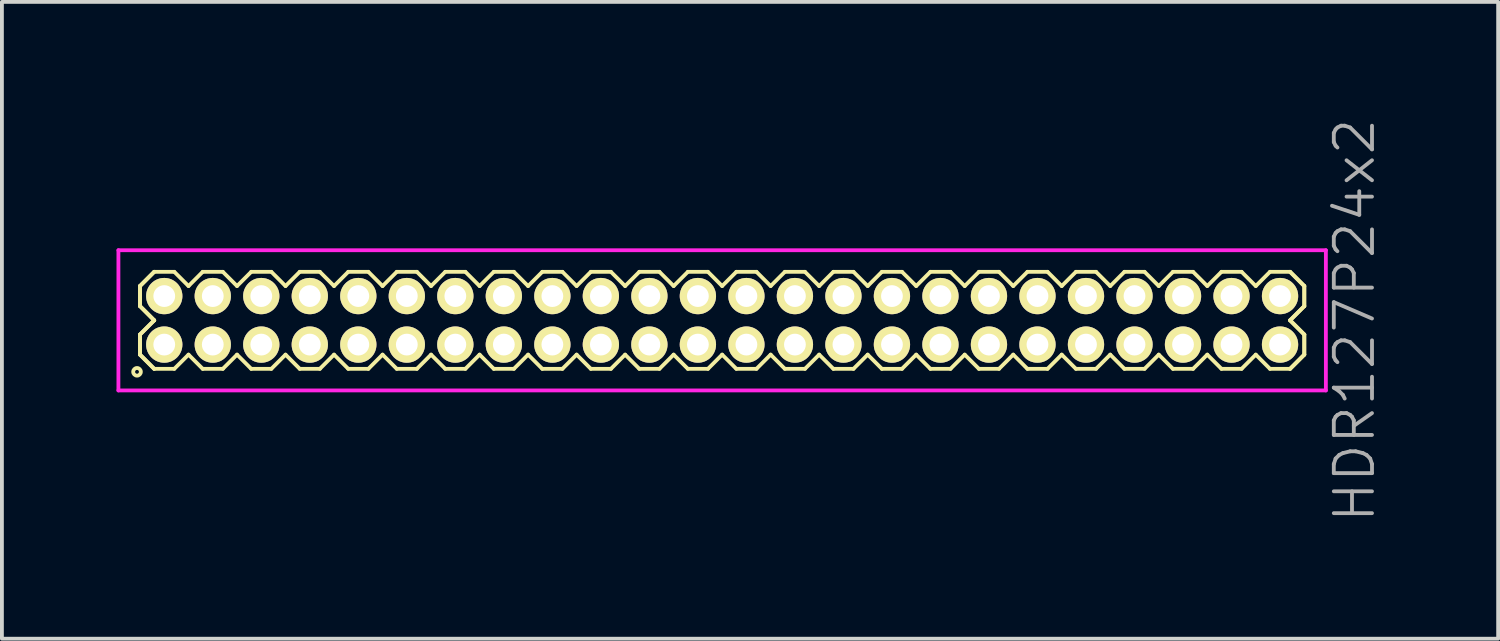
<source format=kicad_pcb>
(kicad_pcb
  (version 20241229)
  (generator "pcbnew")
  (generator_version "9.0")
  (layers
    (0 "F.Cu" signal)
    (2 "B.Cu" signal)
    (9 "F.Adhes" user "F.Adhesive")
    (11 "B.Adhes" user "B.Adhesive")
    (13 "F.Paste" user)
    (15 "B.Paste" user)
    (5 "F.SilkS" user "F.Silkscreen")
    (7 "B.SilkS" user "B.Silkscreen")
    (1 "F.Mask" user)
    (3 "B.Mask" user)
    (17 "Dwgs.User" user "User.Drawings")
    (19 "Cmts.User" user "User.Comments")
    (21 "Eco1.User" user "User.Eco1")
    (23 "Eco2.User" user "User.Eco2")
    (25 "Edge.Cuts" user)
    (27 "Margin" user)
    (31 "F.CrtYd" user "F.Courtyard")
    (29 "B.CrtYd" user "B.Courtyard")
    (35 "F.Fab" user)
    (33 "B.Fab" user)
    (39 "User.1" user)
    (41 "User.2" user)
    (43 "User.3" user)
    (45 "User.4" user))
  (footprint "HDR127P24x2"
    (layer "F.Cu")
    (at 15.855 5.336)
    (property "Reference" "HDR127P24x2" (at 16.555 0 90) (layer "F.Fab") (effects (font (size 1 1) (thickness 0.1))))
    (attr through_hole)
    (fp_line (start -15.24 -0.898) (end -14.868 -1.27) (stroke (width 0.1) (type solid)) (layer "F.SilkS"))
    (fp_line (start -15.24 -0.898) (end -14.868 -1.27) (stroke (width 0.1) (type solid)) (layer "F.SilkS"))
    (fp_line (start -15.24 -0.372) (end -15.24 -0.898) (stroke (width 0.1) (type solid)) (layer "F.SilkS"))
    (fp_line (start -15.24 -0.372) (end -15.24 -0.898) (stroke (width 0.1) (type solid)) (layer "F.SilkS"))
    (fp_line (start -15.24 0.372) (end -14.868 0) (stroke (width 0.1) (type solid)) (layer "F.SilkS"))
    (fp_line (start -15.24 0.372) (end -14.868 0) (stroke (width 0.1) (type solid)) (layer "F.SilkS"))
    (fp_line (start -15.24 0.898) (end -15.24 0.372) (stroke (width 0.1) (type solid)) (layer "F.SilkS"))
    (fp_line (start -15.24 0.898) (end -15.24 0.372) (stroke (width 0.1) (type solid)) (layer "F.SilkS"))
    (fp_line (start -14.868 -1.27) (end -14.342 -1.27) (stroke (width 0.1) (type solid)) (layer "F.SilkS"))
    (fp_line (start -14.868 0) (end -15.24 -0.372) (stroke (width 0.1) (type solid)) (layer "F.SilkS"))
    (fp_line (start -14.868 0) (end -15.24 -0.372) (stroke (width 0.1) (type solid)) (layer "F.SilkS"))
    (fp_line (start -14.868 1.27) (end -15.24 0.898) (stroke (width 0.1) (type solid)) (layer "F.SilkS"))
    (fp_line (start -14.868 1.27) (end -15.24 0.898) (stroke (width 0.1) (type solid)) (layer "F.SilkS"))
    (fp_line (start -14.342 -1.27) (end -13.97 -0.898) (stroke (width 0.1) (type solid)) (layer "F.SilkS"))
    (fp_line (start -14.342 1.27) (end -14.868 1.27) (stroke (width 0.1) (type solid)) (layer "F.SilkS"))
    (fp_line (start -13.97 -0.898) (end -13.598 -1.27) (stroke (width 0.1) (type solid)) (layer "F.SilkS"))
    (fp_line (start -13.97 0.898) (end -14.342 1.27) (stroke (width 0.1) (type solid)) (layer "F.SilkS"))
    (fp_line (start -13.598 -1.27) (end -13.072 -1.27) (stroke (width 0.1) (type solid)) (layer "F.SilkS"))
    (fp_line (start -13.598 1.27) (end -13.97 0.898) (stroke (width 0.1) (type solid)) (layer "F.SilkS"))
    (fp_line (start -13.072 -1.27) (end -12.7 -0.898) (stroke (width 0.1) (type solid)) (layer "F.SilkS"))
    (fp_line (start -13.072 1.27) (end -13.598 1.27) (stroke (width 0.1) (type solid)) (layer "F.SilkS"))
    (fp_line (start -12.7 -0.898) (end -12.328 -1.27) (stroke (width 0.1) (type solid)) (layer "F.SilkS"))
    (fp_line (start -12.7 0.898) (end -13.072 1.27) (stroke (width 0.1) (type solid)) (layer "F.SilkS"))
    (fp_line (start -12.328 -1.27) (end -11.802 -1.27) (stroke (width 0.1) (type solid)) (layer "F.SilkS"))
    (fp_line (start -12.328 1.27) (end -12.7 0.898) (stroke (width 0.1) (type solid)) (layer "F.SilkS"))
    (fp_line (start -11.802 -1.27) (end -11.43 -0.898) (stroke (width 0.1) (type solid)) (layer "F.SilkS"))
    (fp_line (start -11.802 1.27) (end -12.328 1.27) (stroke (width 0.1) (type solid)) (layer "F.SilkS"))
    (fp_line (start -11.43 -0.898) (end -11.058 -1.27) (stroke (width 0.1) (type solid)) (layer "F.SilkS"))
    (fp_line (start -11.43 0.898) (end -11.802 1.27) (stroke (width 0.1) (type solid)) (layer "F.SilkS"))
    (fp_line (start -11.058 -1.27) (end -10.532 -1.27) (stroke (width 0.1) (type solid)) (layer "F.SilkS"))
    (fp_line (start -11.058 1.27) (end -11.43 0.898) (stroke (width 0.1) (type solid)) (layer "F.SilkS"))
    (fp_line (start -10.532 -1.27) (end -10.16 -0.898) (stroke (width 0.1) (type solid)) (layer "F.SilkS"))
    (fp_line (start -10.532 1.27) (end -11.058 1.27) (stroke (width 0.1) (type solid)) (layer "F.SilkS"))
    (fp_line (start -10.16 -0.898) (end -9.788 -1.27) (stroke (width 0.1) (type solid)) (layer "F.SilkS"))
    (fp_line (start -10.16 0.898) (end -10.532 1.27) (stroke (width 0.1) (type solid)) (layer "F.SilkS"))
    (fp_line (start -9.788 -1.27) (end -9.262 -1.27) (stroke (width 0.1) (type solid)) (layer "F.SilkS"))
    (fp_line (start -9.788 1.27) (end -10.16 0.898) (stroke (width 0.1) (type solid)) (layer "F.SilkS"))
    (fp_line (start -9.262 -1.27) (end -8.89 -0.898) (stroke (width 0.1) (type solid)) (layer "F.SilkS"))
    (fp_line (start -9.262 1.27) (end -9.788 1.27) (stroke (width 0.1) (type solid)) (layer "F.SilkS"))
    (fp_line (start -8.89 -0.898) (end -8.518 -1.27) (stroke (width 0.1) (type solid)) (layer "F.SilkS"))
    (fp_line (start -8.89 0.898) (end -9.262 1.27) (stroke (width 0.1) (type solid)) (layer "F.SilkS"))
    (fp_line (start -8.518 -1.27) (end -7.992 -1.27) (stroke (width 0.1) (type solid)) (layer "F.SilkS"))
    (fp_line (start -8.518 1.27) (end -8.89 0.898) (stroke (width 0.1) (type solid)) (layer "F.SilkS"))
    (fp_line (start -7.992 -1.27) (end -7.62 -0.898) (stroke (width 0.1) (type solid)) (layer "F.SilkS"))
    (fp_line (start -7.992 1.27) (end -8.518 1.27) (stroke (width 0.1) (type solid)) (layer "F.SilkS"))
    (fp_line (start -7.62 -0.898) (end -7.248 -1.27) (stroke (width 0.1) (type solid)) (layer "F.SilkS"))
    (fp_line (start -7.62 0.898) (end -7.992 1.27) (stroke (width 0.1) (type solid)) (layer "F.SilkS"))
    (fp_line (start -7.248 -1.27) (end -6.722 -1.27) (stroke (width 0.1) (type solid)) (layer "F.SilkS"))
    (fp_line (start -7.248 1.27) (end -7.62 0.898) (stroke (width 0.1) (type solid)) (layer "F.SilkS"))
    (fp_line (start -6.722 -1.27) (end -6.35 -0.898) (stroke (width 0.1) (type solid)) (layer "F.SilkS"))
    (fp_line (start -6.722 1.27) (end -7.248 1.27) (stroke (width 0.1) (type solid)) (layer "F.SilkS"))
    (fp_line (start -6.35 -0.898) (end -5.978 -1.27) (stroke (width 0.1) (type solid)) (layer "F.SilkS"))
    (fp_line (start -6.35 0.898) (end -6.722 1.27) (stroke (width 0.1) (type solid)) (layer "F.SilkS"))
    (fp_line (start -5.978 -1.27) (end -5.452 -1.27) (stroke (width 0.1) (type solid)) (layer "F.SilkS"))
    (fp_line (start -5.978 1.27) (end -6.35 0.898) (stroke (width 0.1) (type solid)) (layer "F.SilkS"))
    (fp_line (start -5.452 -1.27) (end -5.08 -0.898) (stroke (width 0.1) (type solid)) (layer "F.SilkS"))
    (fp_line (start -5.452 1.27) (end -5.978 1.27) (stroke (width 0.1) (type solid)) (layer "F.SilkS"))
    (fp_line (start -5.08 -0.898) (end -4.708 -1.27) (stroke (width 0.1) (type solid)) (layer "F.SilkS"))
    (fp_line (start -5.08 0.898) (end -5.452 1.27) (stroke (width 0.1) (type solid)) (layer "F.SilkS"))
    (fp_line (start -4.708 -1.27) (end -4.182 -1.27) (stroke (width 0.1) (type solid)) (layer "F.SilkS"))
    (fp_line (start -4.708 1.27) (end -5.08 0.898) (stroke (width 0.1) (type solid)) (layer "F.SilkS"))
    (fp_line (start -4.182 -1.27) (end -3.81 -0.898) (stroke (width 0.1) (type solid)) (layer "F.SilkS"))
    (fp_line (start -4.182 1.27) (end -4.708 1.27) (stroke (width 0.1) (type solid)) (layer "F.SilkS"))
    (fp_line (start -3.81 -0.898) (end -3.438 -1.27) (stroke (width 0.1) (type solid)) (layer "F.SilkS"))
    (fp_line (start -3.81 0.898) (end -4.182 1.27) (stroke (width 0.1) (type solid)) (layer "F.SilkS"))
    (fp_line (start -3.438 -1.27) (end -2.912 -1.27) (stroke (width 0.1) (type solid)) (layer "F.SilkS"))
    (fp_line (start -3.438 1.27) (end -3.81 0.898) (stroke (width 0.1) (type solid)) (layer "F.SilkS"))
    (fp_line (start -2.912 -1.27) (end -2.54 -0.898) (stroke (width 0.1) (type solid)) (layer "F.SilkS"))
    (fp_line (start -2.912 1.27) (end -3.438 1.27) (stroke (width 0.1) (type solid)) (layer "F.SilkS"))
    (fp_line (start -2.54 -0.898) (end -2.168 -1.27) (stroke (width 0.1) (type solid)) (layer "F.SilkS"))
    (fp_line (start -2.54 0.898) (end -2.912 1.27) (stroke (width 0.1) (type solid)) (layer "F.SilkS"))
    (fp_line (start -2.168 -1.27) (end -1.642 -1.27) (stroke (width 0.1) (type solid)) (layer "F.SilkS"))
    (fp_line (start -2.168 1.27) (end -2.54 0.898) (stroke (width 0.1) (type solid)) (layer "F.SilkS"))
    (fp_line (start -1.642 -1.27) (end -1.27 -0.898) (stroke (width 0.1) (type solid)) (layer "F.SilkS"))
    (fp_line (start -1.642 1.27) (end -2.168 1.27) (stroke (width 0.1) (type solid)) (layer "F.SilkS"))
    (fp_line (start -1.27 -0.898) (end -0.898 -1.27) (stroke (width 0.1) (type solid)) (layer "F.SilkS"))
    (fp_line (start -1.27 0.898) (end -1.642 1.27) (stroke (width 0.1) (type solid)) (layer "F.SilkS"))
    (fp_line (start -0.898 -1.27) (end -0.372 -1.27) (stroke (width 0.1) (type solid)) (layer "F.SilkS"))
    (fp_line (start -0.898 1.27) (end -1.27 0.898) (stroke (width 0.1) (type solid)) (layer "F.SilkS"))
    (fp_line (start -0.372 -1.27) (end 0 -0.898) (stroke (width 0.1) (type solid)) (layer "F.SilkS"))
    (fp_line (start -0.372 1.27) (end -0.898 1.27) (stroke (width 0.1) (type solid)) (layer "F.SilkS"))
    (fp_line (start 0 -0.898) (end 0.372 -1.27) (stroke (width 0.1) (type solid)) (layer "F.SilkS"))
    (fp_line (start 0 0.898) (end -0.372 1.27) (stroke (width 0.1) (type solid)) (layer "F.SilkS"))
    (fp_line (start 0.372 -1.27) (end 0.898 -1.27) (stroke (width 0.1) (type solid)) (layer "F.SilkS"))
    (fp_line (start 0.372 1.27) (end 0 0.898) (stroke (width 0.1) (type solid)) (layer "F.SilkS"))
    (fp_line (start 0.898 -1.27) (end 1.27 -0.898) (stroke (width 0.1) (type solid)) (layer "F.SilkS"))
    (fp_line (start 0.898 1.27) (end 0.372 1.27) (stroke (width 0.1) (type solid)) (layer "F.SilkS"))
    (fp_line (start 1.27 -0.898) (end 1.642 -1.27) (stroke (width 0.1) (type solid)) (layer "F.SilkS"))
    (fp_line (start 1.27 0.898) (end 0.898 1.27) (stroke (width 0.1) (type solid)) (layer "F.SilkS"))
    (fp_line (start 1.642 -1.27) (end 2.168 -1.27) (stroke (width 0.1) (type solid)) (layer "F.SilkS"))
    (fp_line (start 1.642 1.27) (end 1.27 0.898) (stroke (width 0.1) (type solid)) (layer "F.SilkS"))
    (fp_line (start 2.168 -1.27) (end 2.54 -0.898) (stroke (width 0.1) (type solid)) (layer "F.SilkS"))
    (fp_line (start 2.168 1.27) (end 1.642 1.27) (stroke (width 0.1) (type solid)) (layer "F.SilkS"))
    (fp_line (start 2.54 -0.898) (end 2.912 -1.27) (stroke (width 0.1) (type solid)) (layer "F.SilkS"))
    (fp_line (start 2.54 0.898) (end 2.168 1.27) (stroke (width 0.1) (type solid)) (layer "F.SilkS"))
    (fp_line (start 2.912 -1.27) (end 3.438 -1.27) (stroke (width 0.1) (type solid)) (layer "F.SilkS"))
    (fp_line (start 2.912 1.27) (end 2.54 0.898) (stroke (width 0.1) (type solid)) (layer "F.SilkS"))
    (fp_line (start 3.438 -1.27) (end 3.81 -0.898) (stroke (width 0.1) (type solid)) (layer "F.SilkS"))
    (fp_line (start 3.438 1.27) (end 2.912 1.27) (stroke (width 0.1) (type solid)) (layer "F.SilkS"))
    (fp_line (start 3.81 -0.898) (end 4.182 -1.27) (stroke (width 0.1) (type solid)) (layer "F.SilkS"))
    (fp_line (start 3.81 0.898) (end 3.438 1.27) (stroke (width 0.1) (type solid)) (layer "F.SilkS"))
    (fp_line (start 4.182 -1.27) (end 4.708 -1.27) (stroke (width 0.1) (type solid)) (layer "F.SilkS"))
    (fp_line (start 4.182 1.27) (end 3.81 0.898) (stroke (width 0.1) (type solid)) (layer "F.SilkS"))
    (fp_line (start 4.708 -1.27) (end 5.08 -0.898) (stroke (width 0.1) (type solid)) (layer "F.SilkS"))
    (fp_line (start 4.708 1.27) (end 4.182 1.27) (stroke (width 0.1) (type solid)) (layer "F.SilkS"))
    (fp_line (start 5.08 -0.898) (end 5.452 -1.27) (stroke (width 0.1) (type solid)) (layer "F.SilkS"))
    (fp_line (start 5.08 0.898) (end 4.708 1.27) (stroke (width 0.1) (type solid)) (layer "F.SilkS"))
    (fp_line (start 5.452 -1.27) (end 5.978 -1.27) (stroke (width 0.1) (type solid)) (layer "F.SilkS"))
    (fp_line (start 5.452 1.27) (end 5.08 0.898) (stroke (width 0.1) (type solid)) (layer "F.SilkS"))
    (fp_line (start 5.978 -1.27) (end 6.35 -0.898) (stroke (width 0.1) (type solid)) (layer "F.SilkS"))
    (fp_line (start 5.978 1.27) (end 5.452 1.27) (stroke (width 0.1) (type solid)) (layer "F.SilkS"))
    (fp_line (start 6.35 -0.898) (end 6.722 -1.27) (stroke (width 0.1) (type solid)) (layer "F.SilkS"))
    (fp_line (start 6.35 0.898) (end 5.978 1.27) (stroke (width 0.1) (type solid)) (layer "F.SilkS"))
    (fp_line (start 6.722 -1.27) (end 7.248 -1.27) (stroke (width 0.1) (type solid)) (layer "F.SilkS"))
    (fp_line (start 6.722 1.27) (end 6.35 0.898) (stroke (width 0.1) (type solid)) (layer "F.SilkS"))
    (fp_line (start 7.248 -1.27) (end 7.62 -0.898) (stroke (width 0.1) (type solid)) (layer "F.SilkS"))
    (fp_line (start 7.248 1.27) (end 6.722 1.27) (stroke (width 0.1) (type solid)) (layer "F.SilkS"))
    (fp_line (start 7.62 -0.898) (end 7.992 -1.27) (stroke (width 0.1) (type solid)) (layer "F.SilkS"))
    (fp_line (start 7.62 0.898) (end 7.248 1.27) (stroke (width 0.1) (type solid)) (layer "F.SilkS"))
    (fp_line (start 7.992 -1.27) (end 8.518 -1.27) (stroke (width 0.1) (type solid)) (layer "F.SilkS"))
    (fp_line (start 7.992 1.27) (end 7.62 0.898) (stroke (width 0.1) (type solid)) (layer "F.SilkS"))
    (fp_line (start 8.518 -1.27) (end 8.89 -0.898) (stroke (width 0.1) (type solid)) (layer "F.SilkS"))
    (fp_line (start 8.518 1.27) (end 7.992 1.27) (stroke (width 0.1) (type solid)) (layer "F.SilkS"))
    (fp_line (start 8.89 -0.898) (end 9.262 -1.27) (stroke (width 0.1) (type solid)) (layer "F.SilkS"))
    (fp_line (start 8.89 0.898) (end 8.518 1.27) (stroke (width 0.1) (type solid)) (layer "F.SilkS"))
    (fp_line (start 9.262 -1.27) (end 9.788 -1.27) (stroke (width 0.1) (type solid)) (layer "F.SilkS"))
    (fp_line (start 9.262 1.27) (end 8.89 0.898) (stroke (width 0.1) (type solid)) (layer "F.SilkS"))
    (fp_line (start 9.788 -1.27) (end 10.16 -0.898) (stroke (width 0.1) (type solid)) (layer "F.SilkS"))
    (fp_line (start 9.788 1.27) (end 9.262 1.27) (stroke (width 0.1) (type solid)) (layer "F.SilkS"))
    (fp_line (start 10.16 -0.898) (end 10.532 -1.27) (stroke (width 0.1) (type solid)) (layer "F.SilkS"))
    (fp_line (start 10.16 0.898) (end 9.788 1.27) (stroke (width 0.1) (type solid)) (layer "F.SilkS"))
    (fp_line (start 10.532 -1.27) (end 11.058 -1.27) (stroke (width 0.1) (type solid)) (layer "F.SilkS"))
    (fp_line (start 10.532 1.27) (end 10.16 0.898) (stroke (width 0.1) (type solid)) (layer "F.SilkS"))
    (fp_line (start 11.058 -1.27) (end 11.43 -0.898) (stroke (width 0.1) (type solid)) (layer "F.SilkS"))
    (fp_line (start 11.058 1.27) (end 10.532 1.27) (stroke (width 0.1) (type solid)) (layer "F.SilkS"))
    (fp_line (start 11.43 -0.898) (end 11.802 -1.27) (stroke (width 0.1) (type solid)) (layer "F.SilkS"))
    (fp_line (start 11.43 0.898) (end 11.058 1.27) (stroke (width 0.1) (type solid)) (layer "F.SilkS"))
    (fp_line (start 11.802 -1.27) (end 12.328 -1.27) (stroke (width 0.1) (type solid)) (layer "F.SilkS"))
    (fp_line (start 11.802 1.27) (end 11.43 0.898) (stroke (width 0.1) (type solid)) (layer "F.SilkS"))
    (fp_line (start 12.328 -1.27) (end 12.7 -0.898) (stroke (width 0.1) (type solid)) (layer "F.SilkS"))
    (fp_line (start 12.328 1.27) (end 11.802 1.27) (stroke (width 0.1) (type solid)) (layer "F.SilkS"))
    (fp_line (start 12.7 -0.898) (end 13.072 -1.27) (stroke (width 0.1) (type solid)) (layer "F.SilkS"))
    (fp_line (start 12.7 0.898) (end 12.328 1.27) (stroke (width 0.1) (type solid)) (layer "F.SilkS"))
    (fp_line (start 13.072 -1.27) (end 13.598 -1.27) (stroke (width 0.1) (type solid)) (layer "F.SilkS"))
    (fp_line (start 13.072 1.27) (end 12.7 0.898) (stroke (width 0.1) (type solid)) (layer "F.SilkS"))
    (fp_line (start 13.598 -1.27) (end 13.97 -0.898) (stroke (width 0.1) (type solid)) (layer "F.SilkS"))
    (fp_line (start 13.598 1.27) (end 13.072 1.27) (stroke (width 0.1) (type solid)) (layer "F.SilkS"))
    (fp_line (start 13.97 -0.898) (end 14.342 -1.27) (stroke (width 0.1) (type solid)) (layer "F.SilkS"))
    (fp_line (start 13.97 0.898) (end 13.598 1.27) (stroke (width 0.1) (type solid)) (layer "F.SilkS"))
    (fp_line (start 14.342 -1.27) (end 14.868 -1.27) (stroke (width 0.1) (type solid)) (layer "F.SilkS"))
    (fp_line (start 14.342 1.27) (end 13.97 0.898) (stroke (width 0.1) (type solid)) (layer "F.SilkS"))
    (fp_line (start 14.868 -1.27) (end 15.24 -0.898) (stroke (width 0.1) (type solid)) (layer "F.SilkS"))
    (fp_line (start 14.868 -1.27) (end 15.24 -0.898) (stroke (width 0.1) (type solid)) (layer "F.SilkS"))
    (fp_line (start 14.868 0) (end 15.24 0.372) (stroke (width 0.1) (type solid)) (layer "F.SilkS"))
    (fp_line (start 14.868 0) (end 15.24 0.372) (stroke (width 0.1) (type solid)) (layer "F.SilkS"))
    (fp_line (start 14.868 1.27) (end 14.342 1.27) (stroke (width 0.1) (type solid)) (layer "F.SilkS"))
    (fp_line (start 15.24 -0.898) (end 15.24 -0.372) (stroke (width 0.1) (type solid)) (layer "F.SilkS"))
    (fp_line (start 15.24 -0.898) (end 15.24 -0.372) (stroke (width 0.1) (type solid)) (layer "F.SilkS"))
    (fp_line (start 15.24 -0.372) (end 14.868 0) (stroke (width 0.1) (type solid)) (layer "F.SilkS"))
    (fp_line (start 15.24 -0.372) (end 14.868 0) (stroke (width 0.1) (type solid)) (layer "F.SilkS"))
    (fp_line (start 15.24 0.372) (end 15.24 0.898) (stroke (width 0.1) (type solid)) (layer "F.SilkS"))
    (fp_line (start 15.24 0.372) (end 15.24 0.898) (stroke (width 0.1) (type solid)) (layer "F.SilkS"))
    (fp_line (start 15.24 0.898) (end 14.868 1.27) (stroke (width 0.1) (type solid)) (layer "F.SilkS"))
    (fp_line (start 15.24 0.898) (end 14.868 1.27) (stroke (width 0.1) (type solid)) (layer "F.SilkS"))
    (fp_circle (center -15.318 1.348) (end -15.218 1.348) (stroke (width 0.1) (type solid)) (fill no) (layer "F.SilkS"))
    (fp_line (start -15.805 -1.835) (end -15.805 1.835) (stroke (width 0.1) (type solid)) (layer "F.CrtYd"))
    (fp_line (start -15.805 1.835) (end 15.805 1.835) (stroke (width 0.1) (type solid)) (layer "F.CrtYd"))
    (fp_line (start 15.805 -1.835) (end -15.805 -1.835) (stroke (width 0.1) (type solid)) (layer "F.CrtYd"))
    (fp_line (start 15.805 1.835) (end 15.805 -1.835) (stroke (width 0.1) (type solid)) (layer "F.CrtYd"))
    (pad "1" thru_hole oval (at -14.605 0.635) (size 0.95 0.95) (drill 0.57) (layers "*.Cu" "*.Mask" "F.SilkS"))
    (pad "2" thru_hole oval (at -14.605 -0.635) (size 0.95 0.95) (drill 0.57) (layers "*.Cu" "*.Mask" "F.SilkS"))
    (pad "3" thru_hole oval (at -13.335 0.635) (size 0.95 0.95) (drill 0.57) (layers "*.Cu" "*.Mask" "F.SilkS"))
    (pad "4" thru_hole oval (at -13.335 -0.635) (size 0.95 0.95) (drill 0.57) (layers "*.Cu" "*.Mask" "F.SilkS"))
    (pad "5" thru_hole oval (at -12.065 0.635) (size 0.95 0.95) (drill 0.57) (layers "*.Cu" "*.Mask" "F.SilkS"))
    (pad "6" thru_hole oval (at -12.065 -0.635) (size 0.95 0.95) (drill 0.57) (layers "*.Cu" "*.Mask" "F.SilkS"))
    (pad "7" thru_hole oval (at -10.795 0.635) (size 0.95 0.95) (drill 0.57) (layers "*.Cu" "*.Mask" "F.SilkS"))
    (pad "8" thru_hole oval (at -10.795 -0.635) (size 0.95 0.95) (drill 0.57) (layers "*.Cu" "*.Mask" "F.SilkS"))
    (pad "9" thru_hole oval (at -9.525 0.635) (size 0.95 0.95) (drill 0.57) (layers "*.Cu" "*.Mask" "F.SilkS"))
    (pad "10" thru_hole oval (at -9.525 -0.635) (size 0.95 0.95) (drill 0.57) (layers "*.Cu" "*.Mask" "F.SilkS"))
    (pad "11" thru_hole oval (at -8.255 0.635) (size 0.95 0.95) (drill 0.57) (layers "*.Cu" "*.Mask" "F.SilkS"))
    (pad "12" thru_hole oval (at -8.255 -0.635) (size 0.95 0.95) (drill 0.57) (layers "*.Cu" "*.Mask" "F.SilkS"))
    (pad "13" thru_hole oval (at -6.985 0.635) (size 0.95 0.95) (drill 0.57) (layers "*.Cu" "*.Mask" "F.SilkS"))
    (pad "14" thru_hole oval (at -6.985 -0.635) (size 0.95 0.95) (drill 0.57) (layers "*.Cu" "*.Mask" "F.SilkS"))
    (pad "15" thru_hole oval (at -5.715 0.635) (size 0.95 0.95) (drill 0.57) (layers "*.Cu" "*.Mask" "F.SilkS"))
    (pad "16" thru_hole oval (at -5.715 -0.635) (size 0.95 0.95) (drill 0.57) (layers "*.Cu" "*.Mask" "F.SilkS"))
    (pad "17" thru_hole oval (at -4.445 0.635) (size 0.95 0.95) (drill 0.57) (layers "*.Cu" "*.Mask" "F.SilkS"))
    (pad "18" thru_hole oval (at -4.445 -0.635) (size 0.95 0.95) (drill 0.57) (layers "*.Cu" "*.Mask" "F.SilkS"))
    (pad "19" thru_hole oval (at -3.175 0.635) (size 0.95 0.95) (drill 0.57) (layers "*.Cu" "*.Mask" "F.SilkS"))
    (pad "20" thru_hole oval (at -3.175 -0.635) (size 0.95 0.95) (drill 0.57) (layers "*.Cu" "*.Mask" "F.SilkS"))
    (pad "21" thru_hole oval (at -1.905 0.635) (size 0.95 0.95) (drill 0.57) (layers "*.Cu" "*.Mask" "F.SilkS"))
    (pad "22" thru_hole oval (at -1.905 -0.635) (size 0.95 0.95) (drill 0.57) (layers "*.Cu" "*.Mask" "F.SilkS"))
    (pad "23" thru_hole oval (at -0.635 0.635) (size 0.95 0.95) (drill 0.57) (layers "*.Cu" "*.Mask" "F.SilkS"))
    (pad "24" thru_hole oval (at -0.635 -0.635) (size 0.95 0.95) (drill 0.57) (layers "*.Cu" "*.Mask" "F.SilkS"))
    (pad "25" thru_hole oval (at 0.635 0.635) (size 0.95 0.95) (drill 0.57) (layers "*.Cu" "*.Mask" "F.SilkS"))
    (pad "26" thru_hole oval (at 0.635 -0.635) (size 0.95 0.95) (drill 0.57) (layers "*.Cu" "*.Mask" "F.SilkS"))
    (pad "27" thru_hole oval (at 1.905 0.635) (size 0.95 0.95) (drill 0.57) (layers "*.Cu" "*.Mask" "F.SilkS"))
    (pad "28" thru_hole oval (at 1.905 -0.635) (size 0.95 0.95) (drill 0.57) (layers "*.Cu" "*.Mask" "F.SilkS"))
    (pad "29" thru_hole oval (at 3.175 0.635) (size 0.95 0.95) (drill 0.57) (layers "*.Cu" "*.Mask" "F.SilkS"))
    (pad "30" thru_hole oval (at 3.175 -0.635) (size 0.95 0.95) (drill 0.57) (layers "*.Cu" "*.Mask" "F.SilkS"))
    (pad "31" thru_hole oval (at 4.445 0.635) (size 0.95 0.95) (drill 0.57) (layers "*.Cu" "*.Mask" "F.SilkS"))
    (pad "32" thru_hole oval (at 4.445 -0.635) (size 0.95 0.95) (drill 0.57) (layers "*.Cu" "*.Mask" "F.SilkS"))
    (pad "33" thru_hole oval (at 5.715 0.635) (size 0.95 0.95) (drill 0.57) (layers "*.Cu" "*.Mask" "F.SilkS"))
    (pad "34" thru_hole oval (at 5.715 -0.635) (size 0.95 0.95) (drill 0.57) (layers "*.Cu" "*.Mask" "F.SilkS"))
    (pad "35" thru_hole oval (at 6.985 0.635) (size 0.95 0.95) (drill 0.57) (layers "*.Cu" "*.Mask" "F.SilkS"))
    (pad "36" thru_hole oval (at 6.985 -0.635) (size 0.95 0.95) (drill 0.57) (layers "*.Cu" "*.Mask" "F.SilkS"))
    (pad "37" thru_hole oval (at 8.255 0.635) (size 0.95 0.95) (drill 0.57) (layers "*.Cu" "*.Mask" "F.SilkS"))
    (pad "38" thru_hole oval (at 8.255 -0.635) (size 0.95 0.95) (drill 0.57) (layers "*.Cu" "*.Mask" "F.SilkS"))
    (pad "39" thru_hole oval (at 9.525 0.635) (size 0.95 0.95) (drill 0.57) (layers "*.Cu" "*.Mask" "F.SilkS"))
    (pad "40" thru_hole oval (at 9.525 -0.635) (size 0.95 0.95) (drill 0.57) (layers "*.Cu" "*.Mask" "F.SilkS"))
    (pad "41" thru_hole oval (at 10.795 0.635) (size 0.95 0.95) (drill 0.57) (layers "*.Cu" "*.Mask" "F.SilkS"))
    (pad "42" thru_hole oval (at 10.795 -0.635) (size 0.95 0.95) (drill 0.57) (layers "*.Cu" "*.Mask" "F.SilkS"))
    (pad "43" thru_hole oval (at 12.065 0.635) (size 0.95 0.95) (drill 0.57) (layers "*.Cu" "*.Mask" "F.SilkS"))
    (pad "44" thru_hole oval (at 12.065 -0.635) (size 0.95 0.95) (drill 0.57) (layers "*.Cu" "*.Mask" "F.SilkS"))
    (pad "45" thru_hole oval (at 13.335 0.635) (size 0.95 0.95) (drill 0.57) (layers "*.Cu" "*.Mask" "F.SilkS"))
    (pad "46" thru_hole oval (at 13.335 -0.635) (size 0.95 0.95) (drill 0.57) (layers "*.Cu" "*.Mask" "F.SilkS"))
    (pad "47" thru_hole oval (at 14.605 0.635) (size 0.95 0.95) (drill 0.57) (layers "*.Cu" "*.Mask" "F.SilkS"))
    (pad "48" thru_hole oval (at 14.605 -0.635) (size 0.95 0.95) (drill 0.57) (layers "*.Cu" "*.Mask" "F.SilkS")))
  (gr_rect
    (start -3 -3)
    (end 36.17 13.671)
    (stroke (width 0.1) (type default))
    (fill no)
    (layer "Edge.Cuts")))
</source>
